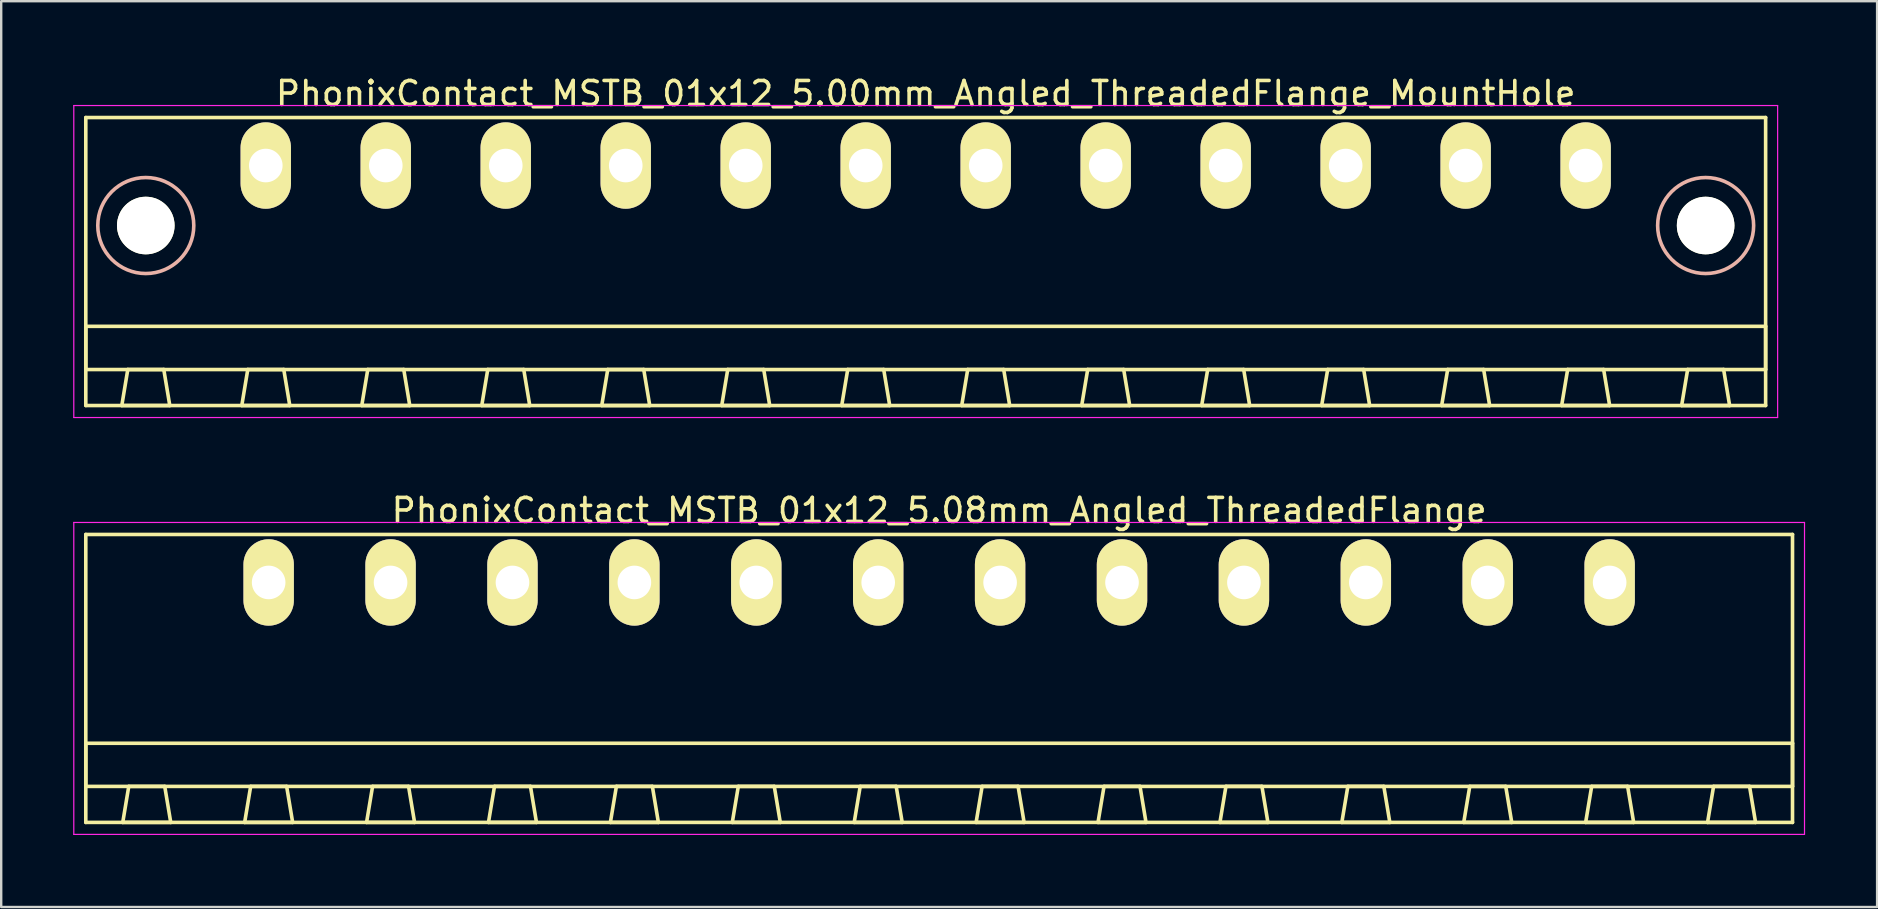
<source format=kicad_pcb>
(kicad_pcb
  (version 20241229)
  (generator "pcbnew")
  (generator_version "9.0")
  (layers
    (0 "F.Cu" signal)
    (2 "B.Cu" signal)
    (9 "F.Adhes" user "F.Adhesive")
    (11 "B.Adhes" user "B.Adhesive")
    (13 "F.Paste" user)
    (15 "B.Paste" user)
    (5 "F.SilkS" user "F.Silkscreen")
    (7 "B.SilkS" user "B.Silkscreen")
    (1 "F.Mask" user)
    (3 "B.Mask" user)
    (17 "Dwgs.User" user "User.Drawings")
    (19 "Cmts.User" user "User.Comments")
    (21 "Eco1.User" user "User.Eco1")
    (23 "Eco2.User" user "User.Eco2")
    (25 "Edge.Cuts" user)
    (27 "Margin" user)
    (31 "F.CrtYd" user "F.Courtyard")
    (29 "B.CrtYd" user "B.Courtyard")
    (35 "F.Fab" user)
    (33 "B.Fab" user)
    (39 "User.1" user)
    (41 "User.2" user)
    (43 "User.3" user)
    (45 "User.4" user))
  (footprint "PhonixContact_MSTB_01x12_5.00mm_Angled_ThreadedFlange_MountHole"
    (layer "F.Cu")
    (at 8.025 3.848)
    (property "Reference" "PhonixContact_MSTB_01x12_5.00mm_Angled_ThreadedFlange_MountHole" (at 27.5 -3 0) (layer "F.SilkS") (effects (font (size 1 1) (thickness 0.15))))
    (attr through_hole)
    (fp_line (start -7.5 -2) (end -7.5 10) (stroke (width 0.15) (type solid)) (layer "F.SilkS"))
    (fp_line (start -7.5 6.7) (end 62.5 6.7) (stroke (width 0.15) (type solid)) (layer "F.SilkS"))
    (fp_line (start -7.5 8.5) (end -7.5 6.7) (stroke (width 0.15) (type solid)) (layer "F.SilkS"))
    (fp_line (start -7.5 10) (end 62.5 10) (stroke (width 0.15) (type solid)) (layer "F.SilkS"))
    (fp_line (start -6 10) (end -4 10) (stroke (width 0.15) (type solid)) (layer "F.SilkS"))
    (fp_line (start -5.75 8.5) (end -6 10) (stroke (width 0.15) (type solid)) (layer "F.SilkS"))
    (fp_line (start -4.25 8.5) (end -5.75 8.5) (stroke (width 0.15) (type solid)) (layer "F.SilkS"))
    (fp_line (start -4 10) (end -4.25 8.5) (stroke (width 0.15) (type solid)) (layer "F.SilkS"))
    (fp_line (start -1 10) (end 1 10) (stroke (width 0.15) (type solid)) (layer "F.SilkS"))
    (fp_line (start -0.75 8.5) (end -1 10) (stroke (width 0.15) (type solid)) (layer "F.SilkS"))
    (fp_line (start 0.75 8.5) (end -0.75 8.5) (stroke (width 0.15) (type solid)) (layer "F.SilkS"))
    (fp_line (start 1 10) (end 0.75 8.5) (stroke (width 0.15) (type solid)) (layer "F.SilkS"))
    (fp_line (start 4 10) (end 6 10) (stroke (width 0.15) (type solid)) (layer "F.SilkS"))
    (fp_line (start 4.25 8.5) (end 4 10) (stroke (width 0.15) (type solid)) (layer "F.SilkS"))
    (fp_line (start 5.75 8.5) (end 4.25 8.5) (stroke (width 0.15) (type solid)) (layer "F.SilkS"))
    (fp_line (start 6 10) (end 5.75 8.5) (stroke (width 0.15) (type solid)) (layer "F.SilkS"))
    (fp_line (start 9 10) (end 11 10) (stroke (width 0.15) (type solid)) (layer "F.SilkS"))
    (fp_line (start 9.25 8.5) (end 9 10) (stroke (width 0.15) (type solid)) (layer "F.SilkS"))
    (fp_line (start 10.75 8.5) (end 9.25 8.5) (stroke (width 0.15) (type solid)) (layer "F.SilkS"))
    (fp_line (start 11 10) (end 10.75 8.5) (stroke (width 0.15) (type solid)) (layer "F.SilkS"))
    (fp_line (start 14 10) (end 16 10) (stroke (width 0.15) (type solid)) (layer "F.SilkS"))
    (fp_line (start 14.25 8.5) (end 14 10) (stroke (width 0.15) (type solid)) (layer "F.SilkS"))
    (fp_line (start 15.75 8.5) (end 14.25 8.5) (stroke (width 0.15) (type solid)) (layer "F.SilkS"))
    (fp_line (start 16 10) (end 15.75 8.5) (stroke (width 0.15) (type solid)) (layer "F.SilkS"))
    (fp_line (start 19 10) (end 21 10) (stroke (width 0.15) (type solid)) (layer "F.SilkS"))
    (fp_line (start 19.25 8.5) (end 19 10) (stroke (width 0.15) (type solid)) (layer "F.SilkS"))
    (fp_line (start 20.75 8.5) (end 19.25 8.5) (stroke (width 0.15) (type solid)) (layer "F.SilkS"))
    (fp_line (start 21 10) (end 20.75 8.5) (stroke (width 0.15) (type solid)) (layer "F.SilkS"))
    (fp_line (start 24 10) (end 26 10) (stroke (width 0.15) (type solid)) (layer "F.SilkS"))
    (fp_line (start 24.25 8.5) (end 24 10) (stroke (width 0.15) (type solid)) (layer "F.SilkS"))
    (fp_line (start 25.75 8.5) (end 24.25 8.5) (stroke (width 0.15) (type solid)) (layer "F.SilkS"))
    (fp_line (start 26 10) (end 25.75 8.5) (stroke (width 0.15) (type solid)) (layer "F.SilkS"))
    (fp_line (start 29 10) (end 31 10) (stroke (width 0.15) (type solid)) (layer "F.SilkS"))
    (fp_line (start 29.25 8.5) (end 29 10) (stroke (width 0.15) (type solid)) (layer "F.SilkS"))
    (fp_line (start 30.75 8.5) (end 29.25 8.5) (stroke (width 0.15) (type solid)) (layer "F.SilkS"))
    (fp_line (start 31 10) (end 30.75 8.5) (stroke (width 0.15) (type solid)) (layer "F.SilkS"))
    (fp_line (start 34 10) (end 36 10) (stroke (width 0.15) (type solid)) (layer "F.SilkS"))
    (fp_line (start 34.25 8.5) (end 34 10) (stroke (width 0.15) (type solid)) (layer "F.SilkS"))
    (fp_line (start 35.75 8.5) (end 34.25 8.5) (stroke (width 0.15) (type solid)) (layer "F.SilkS"))
    (fp_line (start 36 10) (end 35.75 8.5) (stroke (width 0.15) (type solid)) (layer "F.SilkS"))
    (fp_line (start 39 10) (end 41 10) (stroke (width 0.15) (type solid)) (layer "F.SilkS"))
    (fp_line (start 39.25 8.5) (end 39 10) (stroke (width 0.15) (type solid)) (layer "F.SilkS"))
    (fp_line (start 40.75 8.5) (end 39.25 8.5) (stroke (width 0.15) (type solid)) (layer "F.SilkS"))
    (fp_line (start 41 10) (end 40.75 8.5) (stroke (width 0.15) (type solid)) (layer "F.SilkS"))
    (fp_line (start 44 10) (end 46 10) (stroke (width 0.15) (type solid)) (layer "F.SilkS"))
    (fp_line (start 44.25 8.5) (end 44 10) (stroke (width 0.15) (type solid)) (layer "F.SilkS"))
    (fp_line (start 45.75 8.5) (end 44.25 8.5) (stroke (width 0.15) (type solid)) (layer "F.SilkS"))
    (fp_line (start 46 10) (end 45.75 8.5) (stroke (width 0.15) (type solid)) (layer "F.SilkS"))
    (fp_line (start 49 10) (end 51 10) (stroke (width 0.15) (type solid)) (layer "F.SilkS"))
    (fp_line (start 49.25 8.5) (end 49 10) (stroke (width 0.15) (type solid)) (layer "F.SilkS"))
    (fp_line (start 50.75 8.5) (end 49.25 8.5) (stroke (width 0.15) (type solid)) (layer "F.SilkS"))
    (fp_line (start 51 10) (end 50.75 8.5) (stroke (width 0.15) (type solid)) (layer "F.SilkS"))
    (fp_line (start 54 10) (end 56 10) (stroke (width 0.15) (type solid)) (layer "F.SilkS"))
    (fp_line (start 54.25 8.5) (end 54 10) (stroke (width 0.15) (type solid)) (layer "F.SilkS"))
    (fp_line (start 55.75 8.5) (end 54.25 8.5) (stroke (width 0.15) (type solid)) (layer "F.SilkS"))
    (fp_line (start 56 10) (end 55.75 8.5) (stroke (width 0.15) (type solid)) (layer "F.SilkS"))
    (fp_line (start 59 10) (end 61 10) (stroke (width 0.15) (type solid)) (layer "F.SilkS"))
    (fp_line (start 59.25 8.5) (end 59 10) (stroke (width 0.15) (type solid)) (layer "F.SilkS"))
    (fp_line (start 60.75 8.5) (end 59.25 8.5) (stroke (width 0.15) (type solid)) (layer "F.SilkS"))
    (fp_line (start 61 10) (end 60.75 8.5) (stroke (width 0.15) (type solid)) (layer "F.SilkS"))
    (fp_line (start 62.5 -2) (end -7.5 -2) (stroke (width 0.15) (type solid)) (layer "F.SilkS"))
    (fp_line (start 62.5 6.7) (end 62.5 8.5) (stroke (width 0.15) (type solid)) (layer "F.SilkS"))
    (fp_line (start 62.5 8.5) (end -7.5 8.5) (stroke (width 0.15) (type solid)) (layer "F.SilkS"))
    (fp_line (start 62.5 10) (end 62.5 -2) (stroke (width 0.15) (type solid)) (layer "F.SilkS"))
    (fp_circle (center -5 2.5) (end -3 2.5) (stroke (width 0.15) (type solid)) (fill no) (layer "B.SilkS"))
    (fp_circle (center 60 2.5) (end 62 2.5) (stroke (width 0.15) (type solid)) (fill no) (layer "B.SilkS"))
    (fp_line (start -8 -2.5) (end -8 10.5) (stroke (width 0.05) (type solid)) (layer "F.CrtYd"))
    (fp_line (start -8 10.5) (end 63 10.5) (stroke (width 0.05) (type solid)) (layer "F.CrtYd"))
    (fp_line (start 63 -2.5) (end -8 -2.5) (stroke (width 0.05) (type solid)) (layer "F.CrtYd"))
    (fp_line (start 63 10.5) (end 63 -2.5) (stroke (width 0.05) (type solid)) (layer "F.CrtYd"))
    (pad "" np_thru_hole circle (at -5 2.5) (size 2.4 2.4) (drill 2.4) (layers "*.Cu" "*.Mask" "F.SilkS"))
    (pad "" np_thru_hole circle (at 60 2.5) (size 2.4 2.4) (drill 2.4) (layers "*.Cu" "*.Mask" "F.SilkS"))
    (pad "1" thru_hole oval (at 0 0) (size 2.1 3.6) (drill 1.4) (layers "*.Cu" "*.Mask" "F.SilkS"))
    (pad "2" thru_hole oval (at 5 0) (size 2.1 3.6) (drill 1.4) (layers "*.Cu" "*.Mask" "F.SilkS"))
    (pad "3" thru_hole oval (at 10 0) (size 2.1 3.6) (drill 1.4) (layers "*.Cu" "*.Mask" "F.SilkS"))
    (pad "4" thru_hole oval (at 15 0) (size 2.1 3.6) (drill 1.4) (layers "*.Cu" "*.Mask" "F.SilkS"))
    (pad "5" thru_hole oval (at 20 0) (size 2.1 3.6) (drill 1.4) (layers "*.Cu" "*.Mask" "F.SilkS"))
    (pad "6" thru_hole oval (at 25 0) (size 2.1 3.6) (drill 1.4) (layers "*.Cu" "*.Mask" "F.SilkS"))
    (pad "7" thru_hole oval (at 30 0) (size 2.1 3.6) (drill 1.4) (layers "*.Cu" "*.Mask" "F.SilkS"))
    (pad "8" thru_hole oval (at 35 0) (size 2.1 3.6) (drill 1.4) (layers "*.Cu" "*.Mask" "F.SilkS"))
    (pad "9" thru_hole oval (at 40 0) (size 2.1 3.6) (drill 1.4) (layers "*.Cu" "*.Mask" "F.SilkS"))
    (pad "10" thru_hole oval (at 45 0) (size 2.1 3.6) (drill 1.4) (layers "*.Cu" "*.Mask" "F.SilkS"))
    (pad "11" thru_hole oval (at 50 0) (size 2.1 3.6) (drill 1.4) (layers "*.Cu" "*.Mask" "F.SilkS"))
    (pad "12" thru_hole oval (at 55 0) (size 2.1 3.6) (drill 1.4) (layers "*.Cu" "*.Mask" "F.SilkS")))
  (footprint "PhonixContact_MSTB_01x12_5.08mm_Angled_ThreadedFlange"
    (layer "F.Cu")
    (at 8.145 21.221)
    (property "Reference" "PhonixContact_MSTB_01x12_5.08mm_Angled_ThreadedFlange" (at 27.94 -3 0) (layer "F.SilkS") (effects (font (size 1 1) (thickness 0.15))))
    (attr through_hole)
    (fp_line (start -7.62 -2) (end -7.62 10) (stroke (width 0.15) (type solid)) (layer "F.SilkS"))
    (fp_line (start -7.62 6.7) (end 63.5 6.7) (stroke (width 0.15) (type solid)) (layer "F.SilkS"))
    (fp_line (start -7.62 8.5) (end -7.62 6.7) (stroke (width 0.15) (type solid)) (layer "F.SilkS"))
    (fp_line (start -7.62 10) (end 63.5 10) (stroke (width 0.15) (type solid)) (layer "F.SilkS"))
    (fp_line (start -6.08 10) (end -4.08 10) (stroke (width 0.15) (type solid)) (layer "F.SilkS"))
    (fp_line (start -5.83 8.5) (end -6.08 10) (stroke (width 0.15) (type solid)) (layer "F.SilkS"))
    (fp_line (start -4.33 8.5) (end -5.83 8.5) (stroke (width 0.15) (type solid)) (layer "F.SilkS"))
    (fp_line (start -4.08 10) (end -4.33 8.5) (stroke (width 0.15) (type solid)) (layer "F.SilkS"))
    (fp_line (start -1 10) (end 1 10) (stroke (width 0.15) (type solid)) (layer "F.SilkS"))
    (fp_line (start -0.75 8.5) (end -1 10) (stroke (width 0.15) (type solid)) (layer "F.SilkS"))
    (fp_line (start 0.75 8.5) (end -0.75 8.5) (stroke (width 0.15) (type solid)) (layer "F.SilkS"))
    (fp_line (start 1 10) (end 0.75 8.5) (stroke (width 0.15) (type solid)) (layer "F.SilkS"))
    (fp_line (start 4.08 10) (end 6.08 10) (stroke (width 0.15) (type solid)) (layer "F.SilkS"))
    (fp_line (start 4.33 8.5) (end 4.08 10) (stroke (width 0.15) (type solid)) (layer "F.SilkS"))
    (fp_line (start 5.83 8.5) (end 4.33 8.5) (stroke (width 0.15) (type solid)) (layer "F.SilkS"))
    (fp_line (start 6.08 10) (end 5.83 8.5) (stroke (width 0.15) (type solid)) (layer "F.SilkS"))
    (fp_line (start 9.16 10) (end 11.16 10) (stroke (width 0.15) (type solid)) (layer "F.SilkS"))
    (fp_line (start 9.41 8.5) (end 9.16 10) (stroke (width 0.15) (type solid)) (layer "F.SilkS"))
    (fp_line (start 10.91 8.5) (end 9.41 8.5) (stroke (width 0.15) (type solid)) (layer "F.SilkS"))
    (fp_line (start 11.16 10) (end 10.91 8.5) (stroke (width 0.15) (type solid)) (layer "F.SilkS"))
    (fp_line (start 14.24 10) (end 16.24 10) (stroke (width 0.15) (type solid)) (layer "F.SilkS"))
    (fp_line (start 14.49 8.5) (end 14.24 10) (stroke (width 0.15) (type solid)) (layer "F.SilkS"))
    (fp_line (start 15.99 8.5) (end 14.49 8.5) (stroke (width 0.15) (type solid)) (layer "F.SilkS"))
    (fp_line (start 16.24 10) (end 15.99 8.5) (stroke (width 0.15) (type solid)) (layer "F.SilkS"))
    (fp_line (start 19.32 10) (end 21.32 10) (stroke (width 0.15) (type solid)) (layer "F.SilkS"))
    (fp_line (start 19.57 8.5) (end 19.32 10) (stroke (width 0.15) (type solid)) (layer "F.SilkS"))
    (fp_line (start 21.07 8.5) (end 19.57 8.5) (stroke (width 0.15) (type solid)) (layer "F.SilkS"))
    (fp_line (start 21.32 10) (end 21.07 8.5) (stroke (width 0.15) (type solid)) (layer "F.SilkS"))
    (fp_line (start 24.4 10) (end 26.4 10) (stroke (width 0.15) (type solid)) (layer "F.SilkS"))
    (fp_line (start 24.65 8.5) (end 24.4 10) (stroke (width 0.15) (type solid)) (layer "F.SilkS"))
    (fp_line (start 26.15 8.5) (end 24.65 8.5) (stroke (width 0.15) (type solid)) (layer "F.SilkS"))
    (fp_line (start 26.4 10) (end 26.15 8.5) (stroke (width 0.15) (type solid)) (layer "F.SilkS"))
    (fp_line (start 29.48 10) (end 31.48 10) (stroke (width 0.15) (type solid)) (layer "F.SilkS"))
    (fp_line (start 29.73 8.5) (end 29.48 10) (stroke (width 0.15) (type solid)) (layer "F.SilkS"))
    (fp_line (start 31.23 8.5) (end 29.73 8.5) (stroke (width 0.15) (type solid)) (layer "F.SilkS"))
    (fp_line (start 31.48 10) (end 31.23 8.5) (stroke (width 0.15) (type solid)) (layer "F.SilkS"))
    (fp_line (start 34.56 10) (end 36.56 10) (stroke (width 0.15) (type solid)) (layer "F.SilkS"))
    (fp_line (start 34.81 8.5) (end 34.56 10) (stroke (width 0.15) (type solid)) (layer "F.SilkS"))
    (fp_line (start 36.31 8.5) (end 34.81 8.5) (stroke (width 0.15) (type solid)) (layer "F.SilkS"))
    (fp_line (start 36.56 10) (end 36.31 8.5) (stroke (width 0.15) (type solid)) (layer "F.SilkS"))
    (fp_line (start 39.64 10) (end 41.64 10) (stroke (width 0.15) (type solid)) (layer "F.SilkS"))
    (fp_line (start 39.89 8.5) (end 39.64 10) (stroke (width 0.15) (type solid)) (layer "F.SilkS"))
    (fp_line (start 41.39 8.5) (end 39.89 8.5) (stroke (width 0.15) (type solid)) (layer "F.SilkS"))
    (fp_line (start 41.64 10) (end 41.39 8.5) (stroke (width 0.15) (type solid)) (layer "F.SilkS"))
    (fp_line (start 44.72 10) (end 46.72 10) (stroke (width 0.15) (type solid)) (layer "F.SilkS"))
    (fp_line (start 44.97 8.5) (end 44.72 10) (stroke (width 0.15) (type solid)) (layer "F.SilkS"))
    (fp_line (start 46.47 8.5) (end 44.97 8.5) (stroke (width 0.15) (type solid)) (layer "F.SilkS"))
    (fp_line (start 46.72 10) (end 46.47 8.5) (stroke (width 0.15) (type solid)) (layer "F.SilkS"))
    (fp_line (start 49.8 10) (end 51.8 10) (stroke (width 0.15) (type solid)) (layer "F.SilkS"))
    (fp_line (start 50.05 8.5) (end 49.8 10) (stroke (width 0.15) (type solid)) (layer "F.SilkS"))
    (fp_line (start 51.55 8.5) (end 50.05 8.5) (stroke (width 0.15) (type solid)) (layer "F.SilkS"))
    (fp_line (start 51.8 10) (end 51.55 8.5) (stroke (width 0.15) (type solid)) (layer "F.SilkS"))
    (fp_line (start 54.88 10) (end 56.88 10) (stroke (width 0.15) (type solid)) (layer "F.SilkS"))
    (fp_line (start 55.13 8.5) (end 54.88 10) (stroke (width 0.15) (type solid)) (layer "F.SilkS"))
    (fp_line (start 56.63 8.5) (end 55.13 8.5) (stroke (width 0.15) (type solid)) (layer "F.SilkS"))
    (fp_line (start 56.88 10) (end 56.63 8.5) (stroke (width 0.15) (type solid)) (layer "F.SilkS"))
    (fp_line (start 59.96 10) (end 61.96 10) (stroke (width 0.15) (type solid)) (layer "F.SilkS"))
    (fp_line (start 60.21 8.5) (end 59.96 10) (stroke (width 0.15) (type solid)) (layer "F.SilkS"))
    (fp_line (start 61.71 8.5) (end 60.21 8.5) (stroke (width 0.15) (type solid)) (layer "F.SilkS"))
    (fp_line (start 61.96 10) (end 61.71 8.5) (stroke (width 0.15) (type solid)) (layer "F.SilkS"))
    (fp_line (start 63.5 -2) (end -7.62 -2) (stroke (width 0.15) (type solid)) (layer "F.SilkS"))
    (fp_line (start 63.5 6.7) (end 63.5 8.5) (stroke (width 0.15) (type solid)) (layer "F.SilkS"))
    (fp_line (start 63.5 8.5) (end -7.62 8.5) (stroke (width 0.15) (type solid)) (layer "F.SilkS"))
    (fp_line (start 63.5 10) (end 63.5 -2) (stroke (width 0.15) (type solid)) (layer "F.SilkS"))
    (fp_line (start -8.12 -2.5) (end -8.12 10.5) (stroke (width 0.05) (type solid)) (layer "F.CrtYd"))
    (fp_line (start -8.12 10.5) (end 64 10.5) (stroke (width 0.05) (type solid)) (layer "F.CrtYd"))
    (fp_line (start 64 -2.5) (end -8.12 -2.5) (stroke (width 0.05) (type solid)) (layer "F.CrtYd"))
    (fp_line (start 64 10.5) (end 64 -2.5) (stroke (width 0.05) (type solid)) (layer "F.CrtYd"))
    (pad "1" thru_hole oval (at 0 0) (size 2.1 3.6) (drill 1.4) (layers "*.Cu" "*.Mask" "F.SilkS"))
    (pad "2" thru_hole oval (at 5.08 0) (size 2.1 3.6) (drill 1.4) (layers "*.Cu" "*.Mask" "F.SilkS"))
    (pad "3" thru_hole oval (at 10.16 0) (size 2.1 3.6) (drill 1.4) (layers "*.Cu" "*.Mask" "F.SilkS"))
    (pad "4" thru_hole oval (at 15.24 0) (size 2.1 3.6) (drill 1.4) (layers "*.Cu" "*.Mask" "F.SilkS"))
    (pad "5" thru_hole oval (at 20.32 0) (size 2.1 3.6) (drill 1.4) (layers "*.Cu" "*.Mask" "F.SilkS"))
    (pad "6" thru_hole oval (at 25.4 0) (size 2.1 3.6) (drill 1.4) (layers "*.Cu" "*.Mask" "F.SilkS"))
    (pad "7" thru_hole oval (at 30.48 0) (size 2.1 3.6) (drill 1.4) (layers "*.Cu" "*.Mask" "F.SilkS"))
    (pad "8" thru_hole oval (at 35.56 0) (size 2.1 3.6) (drill 1.4) (layers "*.Cu" "*.Mask" "F.SilkS"))
    (pad "9" thru_hole oval (at 40.64 0) (size 2.1 3.6) (drill 1.4) (layers "*.Cu" "*.Mask" "F.SilkS"))
    (pad "10" thru_hole oval (at 45.72 0) (size 2.1 3.6) (drill 1.4) (layers "*.Cu" "*.Mask" "F.SilkS"))
    (pad "11" thru_hole oval (at 50.8 0) (size 2.1 3.6) (drill 1.4) (layers "*.Cu" "*.Mask" "F.SilkS"))
    (pad "12" thru_hole oval (at 55.88 0) (size 2.1 3.6) (drill 1.4) (layers "*.Cu" "*.Mask" "F.SilkS")))
  (gr_rect
    (start -3 -3)
    (end 75.17 34.746)
    (stroke (width 0.1) (type default))
    (fill no)
    (layer "Edge.Cuts")))
</source>
